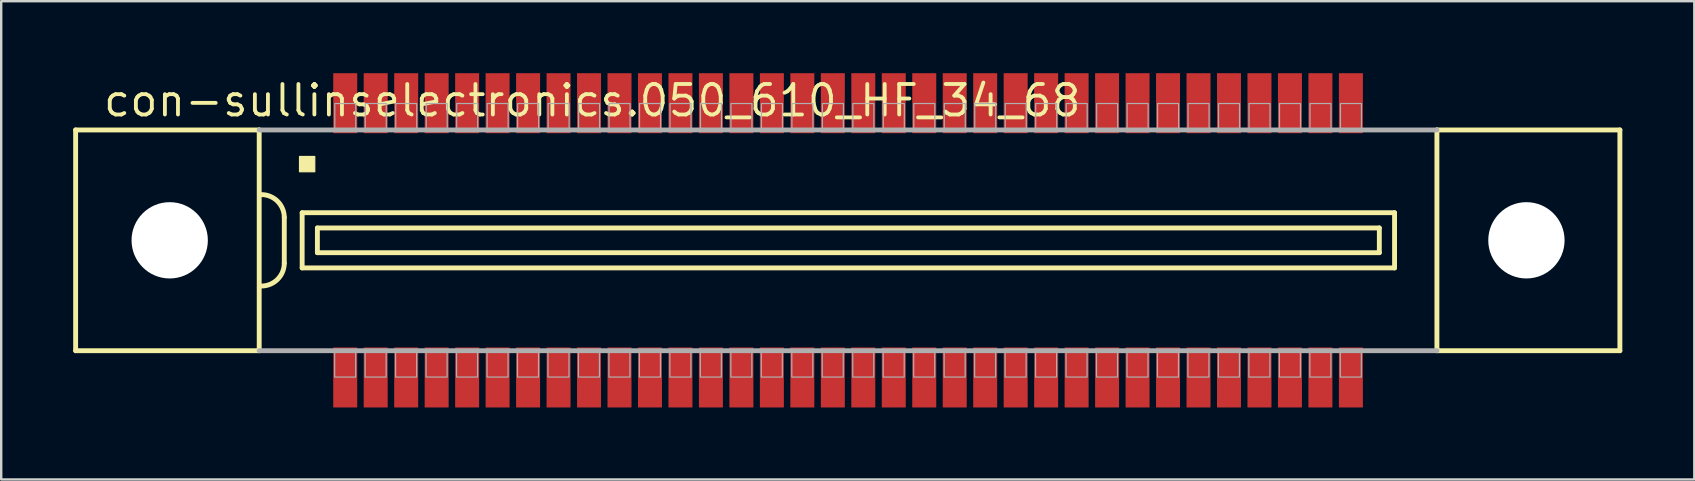
<source format=kicad_pcb>
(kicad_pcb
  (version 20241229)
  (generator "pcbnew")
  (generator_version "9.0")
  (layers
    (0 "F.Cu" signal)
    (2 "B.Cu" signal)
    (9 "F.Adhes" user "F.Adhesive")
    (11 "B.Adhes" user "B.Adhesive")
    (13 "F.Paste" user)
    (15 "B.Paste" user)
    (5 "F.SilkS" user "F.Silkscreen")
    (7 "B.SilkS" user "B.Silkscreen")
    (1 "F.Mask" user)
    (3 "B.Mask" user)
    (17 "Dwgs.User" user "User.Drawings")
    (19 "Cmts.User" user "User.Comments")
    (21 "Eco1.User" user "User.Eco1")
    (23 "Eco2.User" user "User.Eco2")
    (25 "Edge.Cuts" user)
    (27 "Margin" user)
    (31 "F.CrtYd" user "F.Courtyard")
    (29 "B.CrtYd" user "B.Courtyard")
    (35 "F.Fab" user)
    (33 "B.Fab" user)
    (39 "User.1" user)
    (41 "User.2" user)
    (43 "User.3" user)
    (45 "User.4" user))
  (footprint "con-sullinselectronics.050_610_HF_34_68"
    (layer "F.Cu")
    (at 32.292 6.965)
    (property "Reference" "con-sullinselectronics.050_610_HF_34_68" (at -31.115 -5.08 0) (layer "F.SilkS") (effects (font (size 1.27 1.27) (thickness 0.16)) (justify left bottom)))
    (attr smd)
    (fp_line (start -32.19 -4.6) (end -32.19 4.6) (stroke (width 0.203) (type default)) (layer "F.SilkS"))
    (fp_line (start -32.19 4.6) (end -24.54 4.6) (stroke (width 0.203) (type default)) (layer "F.SilkS"))
    (fp_line (start -24.54 -4.6) (end -32.19 -4.6) (stroke (width 0.203) (type default)) (layer "F.SilkS"))
    (fp_line (start -24.54 -4.6) (end -24.54 4.6) (stroke (width 0.203) (type default)) (layer "F.SilkS"))
    (fp_line (start -23.495 -0.953) (end -23.495 0.953) (stroke (width 0.203) (type default)) (layer "F.SilkS"))
    (fp_line (start -22.75 -1.15) (end -22.75 1.15) (stroke (width 0.203) (type default)) (layer "F.SilkS"))
    (fp_line (start -22.75 1.15) (end 22.775 1.15) (stroke (width 0.203) (type default)) (layer "F.SilkS"))
    (fp_line (start -22.115 -0.515) (end -22.115 0.515) (stroke (width 0.203) (type default)) (layer "F.SilkS"))
    (fp_line (start -22.115 0.515) (end 22.14 0.515) (stroke (width 0.203) (type default)) (layer "F.SilkS"))
    (fp_line (start 22.14 -0.515) (end -22.115 -0.515) (stroke (width 0.203) (type default)) (layer "F.SilkS"))
    (fp_line (start 22.14 0.515) (end 22.14 -0.515) (stroke (width 0.203) (type default)) (layer "F.SilkS"))
    (fp_line (start 22.775 -1.15) (end -22.75 -1.15) (stroke (width 0.203) (type default)) (layer "F.SilkS"))
    (fp_line (start 22.775 1.15) (end 22.775 -1.15) (stroke (width 0.203) (type default)) (layer "F.SilkS"))
    (fp_line (start 24.54 4.6) (end 24.54 -4.6) (stroke (width 0.203) (type default)) (layer "F.SilkS"))
    (fp_line (start 24.54 4.6) (end 32.165 4.6) (stroke (width 0.203) (type default)) (layer "F.SilkS"))
    (fp_line (start 32.165 -4.6) (end 24.54 -4.6) (stroke (width 0.203) (type default)) (layer "F.SilkS"))
    (fp_line (start 32.165 4.6) (end 32.165 -4.6) (stroke (width 0.203) (type default)) (layer "F.SilkS"))
    (fp_rect (start -22.86 -2.857) (end -22.225 -3.493) (stroke (width 0.05) (type default)) (fill yes) (layer "F.SilkS"))
    (fp_arc (start -24.4475 -1.905) (mid -23.773981 -1.626019) (end -23.495 -0.9525) (stroke (width 0.2032) (type default)) (layer "F.SilkS"))
    (fp_arc (start -23.495 0.9525) (mid -23.77401 1.62599) (end -24.4475 1.905) (stroke (width 0.2032) (type default)) (layer "F.SilkS"))
    (fp_line (start -24.54 4.6) (end 24.54 4.6) (stroke (width 0.203) (type default)) (layer "F.Fab"))
    (fp_line (start 24.54 -4.6) (end -24.54 -4.6) (stroke (width 0.203) (type default)) (layer "F.Fab"))
    (fp_rect (start -21.395 5.7) (end -20.52 4.65) (stroke (width 0.05) (type default)) (fill no) (layer "F.Fab"))
    (fp_rect (start -21.39 -4.65) (end -20.515 -5.7) (stroke (width 0.05) (type default)) (fill no) (layer "F.Fab"))
    (fp_rect (start -20.125 5.7) (end -19.25 4.65) (stroke (width 0.05) (type default)) (fill no) (layer "F.Fab"))
    (fp_rect (start -20.12 -4.65) (end -19.245 -5.7) (stroke (width 0.05) (type default)) (fill no) (layer "F.Fab"))
    (fp_rect (start -18.855 5.7) (end -17.98 4.65) (stroke (width 0.05) (type default)) (fill no) (layer "F.Fab"))
    (fp_rect (start -18.85 -4.65) (end -17.975 -5.7) (stroke (width 0.05) (type default)) (fill no) (layer "F.Fab"))
    (fp_rect (start -17.585 5.7) (end -16.71 4.65) (stroke (width 0.05) (type default)) (fill no) (layer "F.Fab"))
    (fp_rect (start -17.58 -4.65) (end -16.705 -5.7) (stroke (width 0.05) (type default)) (fill no) (layer "F.Fab"))
    (fp_rect (start -16.315 5.7) (end -15.44 4.65) (stroke (width 0.05) (type default)) (fill no) (layer "F.Fab"))
    (fp_rect (start -16.31 -4.65) (end -15.435 -5.7) (stroke (width 0.05) (type default)) (fill no) (layer "F.Fab"))
    (fp_rect (start -15.045 5.7) (end -14.17 4.65) (stroke (width 0.05) (type default)) (fill no) (layer "F.Fab"))
    (fp_rect (start -15.04 -4.65) (end -14.165 -5.7) (stroke (width 0.05) (type default)) (fill no) (layer "F.Fab"))
    (fp_rect (start -13.775 5.7) (end -12.9 4.65) (stroke (width 0.05) (type default)) (fill no) (layer "F.Fab"))
    (fp_rect (start -13.77 -4.65) (end -12.895 -5.7) (stroke (width 0.05) (type default)) (fill no) (layer "F.Fab"))
    (fp_rect (start -12.505 5.7) (end -11.63 4.65) (stroke (width 0.05) (type default)) (fill no) (layer "F.Fab"))
    (fp_rect (start -12.5 -4.65) (end -11.625 -5.7) (stroke (width 0.05) (type default)) (fill no) (layer "F.Fab"))
    (fp_rect (start -11.235 5.7) (end -10.36 4.65) (stroke (width 0.05) (type default)) (fill no) (layer "F.Fab"))
    (fp_rect (start -11.23 -4.65) (end -10.355 -5.7) (stroke (width 0.05) (type default)) (fill no) (layer "F.Fab"))
    (fp_rect (start -9.965 5.7) (end -9.09 4.65) (stroke (width 0.05) (type default)) (fill no) (layer "F.Fab"))
    (fp_rect (start -9.96 -4.65) (end -9.085 -5.7) (stroke (width 0.05) (type default)) (fill no) (layer "F.Fab"))
    (fp_rect (start -8.695 5.7) (end -7.82 4.65) (stroke (width 0.05) (type default)) (fill no) (layer "F.Fab"))
    (fp_rect (start -8.69 -4.65) (end -7.815 -5.7) (stroke (width 0.05) (type default)) (fill no) (layer "F.Fab"))
    (fp_rect (start -7.425 5.7) (end -6.55 4.65) (stroke (width 0.05) (type default)) (fill no) (layer "F.Fab"))
    (fp_rect (start -7.42 -4.65) (end -6.545 -5.7) (stroke (width 0.05) (type default)) (fill no) (layer "F.Fab"))
    (fp_rect (start -6.155 5.7) (end -5.28 4.65) (stroke (width 0.05) (type default)) (fill no) (layer "F.Fab"))
    (fp_rect (start -6.15 -4.65) (end -5.275 -5.7) (stroke (width 0.05) (type default)) (fill no) (layer "F.Fab"))
    (fp_rect (start -4.885 5.7) (end -4.01 4.65) (stroke (width 0.05) (type default)) (fill no) (layer "F.Fab"))
    (fp_rect (start -4.88 -4.65) (end -4.005 -5.7) (stroke (width 0.05) (type default)) (fill no) (layer "F.Fab"))
    (fp_rect (start -3.615 5.7) (end -2.74 4.65) (stroke (width 0.05) (type default)) (fill no) (layer "F.Fab"))
    (fp_rect (start -3.61 -4.65) (end -2.735 -5.7) (stroke (width 0.05) (type default)) (fill no) (layer "F.Fab"))
    (fp_rect (start -2.345 5.7) (end -1.47 4.65) (stroke (width 0.05) (type default)) (fill no) (layer "F.Fab"))
    (fp_rect (start -2.34 -4.65) (end -1.465 -5.7) (stroke (width 0.05) (type default)) (fill no) (layer "F.Fab"))
    (fp_rect (start -1.075 5.7) (end -0.2 4.65) (stroke (width 0.05) (type default)) (fill no) (layer "F.Fab"))
    (fp_rect (start -1.07 -4.65) (end -0.195 -5.7) (stroke (width 0.05) (type default)) (fill no) (layer "F.Fab"))
    (fp_rect (start 0.195 5.7) (end 1.07 4.65) (stroke (width 0.05) (type default)) (fill no) (layer "F.Fab"))
    (fp_rect (start 0.2 -4.65) (end 1.075 -5.7) (stroke (width 0.05) (type default)) (fill no) (layer "F.Fab"))
    (fp_rect (start 1.465 5.7) (end 2.34 4.65) (stroke (width 0.05) (type default)) (fill no) (layer "F.Fab"))
    (fp_rect (start 1.47 -4.65) (end 2.345 -5.7) (stroke (width 0.05) (type default)) (fill no) (layer "F.Fab"))
    (fp_rect (start 2.735 5.7) (end 3.61 4.65) (stroke (width 0.05) (type default)) (fill no) (layer "F.Fab"))
    (fp_rect (start 2.74 -4.65) (end 3.615 -5.7) (stroke (width 0.05) (type default)) (fill no) (layer "F.Fab"))
    (fp_rect (start 4.005 5.7) (end 4.88 4.65) (stroke (width 0.05) (type default)) (fill no) (layer "F.Fab"))
    (fp_rect (start 4.01 -4.65) (end 4.885 -5.7) (stroke (width 0.05) (type default)) (fill no) (layer "F.Fab"))
    (fp_rect (start 5.275 5.7) (end 6.15 4.65) (stroke (width 0.05) (type default)) (fill no) (layer "F.Fab"))
    (fp_rect (start 5.28 -4.65) (end 6.155 -5.7) (stroke (width 0.05) (type default)) (fill no) (layer "F.Fab"))
    (fp_rect (start 6.545 5.7) (end 7.42 4.65) (stroke (width 0.05) (type default)) (fill no) (layer "F.Fab"))
    (fp_rect (start 6.55 -4.65) (end 7.425 -5.7) (stroke (width 0.05) (type default)) (fill no) (layer "F.Fab"))
    (fp_rect (start 7.815 5.7) (end 8.69 4.65) (stroke (width 0.05) (type default)) (fill no) (layer "F.Fab"))
    (fp_rect (start 7.82 -4.65) (end 8.695 -5.7) (stroke (width 0.05) (type default)) (fill no) (layer "F.Fab"))
    (fp_rect (start 9.085 5.7) (end 9.96 4.65) (stroke (width 0.05) (type default)) (fill no) (layer "F.Fab"))
    (fp_rect (start 9.09 -4.65) (end 9.965 -5.7) (stroke (width 0.05) (type default)) (fill no) (layer "F.Fab"))
    (fp_rect (start 10.355 5.7) (end 11.23 4.65) (stroke (width 0.05) (type default)) (fill no) (layer "F.Fab"))
    (fp_rect (start 10.36 -4.65) (end 11.235 -5.7) (stroke (width 0.05) (type default)) (fill no) (layer "F.Fab"))
    (fp_rect (start 11.625 5.7) (end 12.5 4.65) (stroke (width 0.05) (type default)) (fill no) (layer "F.Fab"))
    (fp_rect (start 11.63 -4.65) (end 12.505 -5.7) (stroke (width 0.05) (type default)) (fill no) (layer "F.Fab"))
    (fp_rect (start 12.895 5.7) (end 13.77 4.65) (stroke (width 0.05) (type default)) (fill no) (layer "F.Fab"))
    (fp_rect (start 12.9 -4.65) (end 13.775 -5.7) (stroke (width 0.05) (type default)) (fill no) (layer "F.Fab"))
    (fp_rect (start 14.165 5.7) (end 15.04 4.65) (stroke (width 0.05) (type default)) (fill no) (layer "F.Fab"))
    (fp_rect (start 14.17 -4.65) (end 15.045 -5.7) (stroke (width 0.05) (type default)) (fill no) (layer "F.Fab"))
    (fp_rect (start 15.435 5.7) (end 16.31 4.65) (stroke (width 0.05) (type default)) (fill no) (layer "F.Fab"))
    (fp_rect (start 15.44 -4.65) (end 16.315 -5.7) (stroke (width 0.05) (type default)) (fill no) (layer "F.Fab"))
    (fp_rect (start 16.705 5.7) (end 17.58 4.65) (stroke (width 0.05) (type default)) (fill no) (layer "F.Fab"))
    (fp_rect (start 16.71 -4.65) (end 17.585 -5.7) (stroke (width 0.05) (type default)) (fill no) (layer "F.Fab"))
    (fp_rect (start 17.975 5.7) (end 18.85 4.65) (stroke (width 0.05) (type default)) (fill no) (layer "F.Fab"))
    (fp_rect (start 17.98 -4.65) (end 18.855 -5.7) (stroke (width 0.05) (type default)) (fill no) (layer "F.Fab"))
    (fp_rect (start 19.245 5.7) (end 20.12 4.65) (stroke (width 0.05) (type default)) (fill no) (layer "F.Fab"))
    (fp_rect (start 19.25 -4.65) (end 20.125 -5.7) (stroke (width 0.05) (type default)) (fill no) (layer "F.Fab"))
    (fp_rect (start 20.515 5.7) (end 21.39 4.65) (stroke (width 0.05) (type default)) (fill no) (layer "F.Fab"))
    (fp_rect (start 20.52 -4.65) (end 21.395 -5.7) (stroke (width 0.05) (type default)) (fill no) (layer "F.Fab"))
    (pad "" np_thru_hole circle (at -28.27 0) (size 3.18 3.18) (drill 3.18) (layers "*.Cu" "*.Mask"))
    (pad "" np_thru_hole circle (at 28.27 0) (size 3.18 3.18) (drill 3.18) (layers "*.Cu" "*.Mask"))
    (pad "1" smd roundrect (at -20.955 -5.715) (size 1 2.5) (layers "F.Cu" "F.Mask" "F.Paste") (roundrect_rratio 0.01))
    (pad "2" smd roundrect (at -19.685 -5.715) (size 1 2.5) (layers "F.Cu" "F.Mask" "F.Paste") (roundrect_rratio 0.01))
    (pad "3" smd roundrect (at -18.415 -5.715) (size 1 2.5) (layers "F.Cu" "F.Mask" "F.Paste") (roundrect_rratio 0.01))
    (pad "4" smd roundrect (at -17.145 -5.715) (size 1 2.5) (layers "F.Cu" "F.Mask" "F.Paste") (roundrect_rratio 0.01))
    (pad "5" smd roundrect (at -15.875 -5.715) (size 1 2.5) (layers "F.Cu" "F.Mask" "F.Paste") (roundrect_rratio 0.01))
    (pad "6" smd roundrect (at -14.605 -5.715) (size 1 2.5) (layers "F.Cu" "F.Mask" "F.Paste") (roundrect_rratio 0.01))
    (pad "7" smd roundrect (at -13.335 -5.715) (size 1 2.5) (layers "F.Cu" "F.Mask" "F.Paste") (roundrect_rratio 0.01))
    (pad "8" smd roundrect (at -12.065 -5.715) (size 1 2.5) (layers "F.Cu" "F.Mask" "F.Paste") (roundrect_rratio 0.01))
    (pad "9" smd roundrect (at -10.795 -5.715) (size 1 2.5) (layers "F.Cu" "F.Mask" "F.Paste") (roundrect_rratio 0.01))
    (pad "10" smd roundrect (at -9.525 -5.715) (size 1 2.5) (layers "F.Cu" "F.Mask" "F.Paste") (roundrect_rratio 0.01))
    (pad "11" smd roundrect (at -8.255 -5.715 180) (size 1 2.5) (layers "F.Cu" "F.Mask" "F.Paste") (roundrect_rratio 0.01))
    (pad "12" smd roundrect (at -6.985 -5.715 180) (size 1 2.5) (layers "F.Cu" "F.Mask" "F.Paste") (roundrect_rratio 0.01))
    (pad "13" smd roundrect (at -5.715 -5.715 180) (size 1 2.5) (layers "F.Cu" "F.Mask" "F.Paste") (roundrect_rratio 0.01))
    (pad "14" smd roundrect (at -4.445 -5.715 180) (size 1 2.5) (layers "F.Cu" "F.Mask" "F.Paste") (roundrect_rratio 0.01))
    (pad "15" smd roundrect (at -3.175 -5.715 180) (size 1 2.5) (layers "F.Cu" "F.Mask" "F.Paste") (roundrect_rratio 0.01))
    (pad "16" smd roundrect (at -1.905 -5.715 180) (size 1 2.5) (layers "F.Cu" "F.Mask" "F.Paste") (roundrect_rratio 0.01))
    (pad "17" smd roundrect (at -0.635 -5.715 180) (size 1 2.5) (layers "F.Cu" "F.Mask" "F.Paste") (roundrect_rratio 0.01))
    (pad "18" smd roundrect (at 0.635 -5.715 180) (size 1 2.5) (layers "F.Cu" "F.Mask" "F.Paste") (roundrect_rratio 0.01))
    (pad "19" smd roundrect (at 1.905 -5.715 180) (size 1 2.5) (layers "F.Cu" "F.Mask" "F.Paste") (roundrect_rratio 0.01))
    (pad "20" smd roundrect (at 3.175 -5.715 180) (size 1 2.5) (layers "F.Cu" "F.Mask" "F.Paste") (roundrect_rratio 0.01))
    (pad "21" smd roundrect (at 4.445 -5.715 180) (size 1 2.5) (layers "F.Cu" "F.Mask" "F.Paste") (roundrect_rratio 0.01))
    (pad "22" smd roundrect (at 5.715 -5.715 180) (size 1 2.5) (layers "F.Cu" "F.Mask" "F.Paste") (roundrect_rratio 0.01))
    (pad "23" smd roundrect (at 6.985 -5.715 180) (size 1 2.5) (layers "F.Cu" "F.Mask" "F.Paste") (roundrect_rratio 0.01))
    (pad "24" smd roundrect (at 8.255 -5.715 180) (size 1 2.5) (layers "F.Cu" "F.Mask" "F.Paste") (roundrect_rratio 0.01))
    (pad "25" smd roundrect (at 9.525 -5.715 180) (size 1 2.5) (layers "F.Cu" "F.Mask" "F.Paste") (roundrect_rratio 0.01))
    (pad "26" smd roundrect (at 10.795 -5.715 180) (size 1 2.5) (layers "F.Cu" "F.Mask" "F.Paste") (roundrect_rratio 0.01))
    (pad "27" smd roundrect (at 12.065 -5.715 180) (size 1 2.5) (layers "F.Cu" "F.Mask" "F.Paste") (roundrect_rratio 0.01))
    (pad "28" smd roundrect (at 13.335 -5.715 180) (size 1 2.5) (layers "F.Cu" "F.Mask" "F.Paste") (roundrect_rratio 0.01))
    (pad "29" smd roundrect (at 14.605 -5.715 180) (size 1 2.5) (layers "F.Cu" "F.Mask" "F.Paste") (roundrect_rratio 0.01))
    (pad "30" smd roundrect (at 15.875 -5.715 180) (size 1 2.5) (layers "F.Cu" "F.Mask" "F.Paste") (roundrect_rratio 0.01))
    (pad "31" smd roundrect (at 17.145 -5.715 180) (size 1 2.5) (layers "F.Cu" "F.Mask" "F.Paste") (roundrect_rratio 0.01))
    (pad "32" smd roundrect (at 18.415 -5.715 180) (size 1 2.5) (layers "F.Cu" "F.Mask" "F.Paste") (roundrect_rratio 0.01))
    (pad "33" smd roundrect (at 19.685 -5.715 180) (size 1 2.5) (layers "F.Cu" "F.Mask" "F.Paste") (roundrect_rratio 0.01))
    (pad "34" smd roundrect (at 20.955 -5.715 180) (size 1 2.5) (layers "F.Cu" "F.Mask" "F.Paste") (roundrect_rratio 0.01))
    (pad "35" smd roundrect (at -20.955 5.715) (size 1 2.5) (layers "F.Cu" "F.Mask" "F.Paste") (roundrect_rratio 0.01))
    (pad "36" smd roundrect (at -19.685 5.715) (size 1 2.5) (layers "F.Cu" "F.Mask" "F.Paste") (roundrect_rratio 0.01))
    (pad "37" smd roundrect (at -18.415 5.715) (size 1 2.5) (layers "F.Cu" "F.Mask" "F.Paste") (roundrect_rratio 0.01))
    (pad "38" smd roundrect (at -17.145 5.715) (size 1 2.5) (layers "F.Cu" "F.Mask" "F.Paste") (roundrect_rratio 0.01))
    (pad "39" smd roundrect (at -15.875 5.715) (size 1 2.5) (layers "F.Cu" "F.Mask" "F.Paste") (roundrect_rratio 0.01))
    (pad "40" smd roundrect (at -14.605 5.715) (size 1 2.5) (layers "F.Cu" "F.Mask" "F.Paste") (roundrect_rratio 0.01))
    (pad "41" smd roundrect (at -13.335 5.715) (size 1 2.5) (layers "F.Cu" "F.Mask" "F.Paste") (roundrect_rratio 0.01))
    (pad "42" smd roundrect (at -12.065 5.715) (size 1 2.5) (layers "F.Cu" "F.Mask" "F.Paste") (roundrect_rratio 0.01))
    (pad "43" smd roundrect (at -10.795 5.715) (size 1 2.5) (layers "F.Cu" "F.Mask" "F.Paste") (roundrect_rratio 0.01))
    (pad "44" smd roundrect (at -9.525 5.715) (size 1 2.5) (layers "F.Cu" "F.Mask" "F.Paste") (roundrect_rratio 0.01))
    (pad "45" smd roundrect (at -8.255 5.715) (size 1 2.5) (layers "F.Cu" "F.Mask" "F.Paste") (roundrect_rratio 0.01))
    (pad "46" smd roundrect (at -6.985 5.715) (size 1 2.5) (layers "F.Cu" "F.Mask" "F.Paste") (roundrect_rratio 0.01))
    (pad "47" smd roundrect (at -5.715 5.715) (size 1 2.5) (layers "F.Cu" "F.Mask" "F.Paste") (roundrect_rratio 0.01))
    (pad "48" smd roundrect (at -4.445 5.715) (size 1 2.5) (layers "F.Cu" "F.Mask" "F.Paste") (roundrect_rratio 0.01))
    (pad "49" smd roundrect (at -3.175 5.715) (size 1 2.5) (layers "F.Cu" "F.Mask" "F.Paste") (roundrect_rratio 0.01))
    (pad "50" smd roundrect (at -1.905 5.715) (size 1 2.5) (layers "F.Cu" "F.Mask" "F.Paste") (roundrect_rratio 0.01))
    (pad "51" smd roundrect (at -0.635 5.715) (size 1 2.5) (layers "F.Cu" "F.Mask" "F.Paste") (roundrect_rratio 0.01))
    (pad "52" smd roundrect (at 0.635 5.715) (size 1 2.5) (layers "F.Cu" "F.Mask" "F.Paste") (roundrect_rratio 0.01))
    (pad "53" smd roundrect (at 1.905 5.715) (size 1 2.5) (layers "F.Cu" "F.Mask" "F.Paste") (roundrect_rratio 0.01))
    (pad "54" smd roundrect (at 3.175 5.715) (size 1 2.5) (layers "F.Cu" "F.Mask" "F.Paste") (roundrect_rratio 0.01))
    (pad "55" smd roundrect (at 4.445 5.715) (size 1 2.5) (layers "F.Cu" "F.Mask" "F.Paste") (roundrect_rratio 0.01))
    (pad "56" smd roundrect (at 5.715 5.715) (size 1 2.5) (layers "F.Cu" "F.Mask" "F.Paste") (roundrect_rratio 0.01))
    (pad "57" smd roundrect (at 6.985 5.715) (size 1 2.5) (layers "F.Cu" "F.Mask" "F.Paste") (roundrect_rratio 0.01))
    (pad "58" smd roundrect (at 8.255 5.715) (size 1 2.5) (layers "F.Cu" "F.Mask" "F.Paste") (roundrect_rratio 0.01))
    (pad "59" smd roundrect (at 9.525 5.715) (size 1 2.5) (layers "F.Cu" "F.Mask" "F.Paste") (roundrect_rratio 0.01))
    (pad "60" smd roundrect (at 10.795 5.715) (size 1 2.5) (layers "F.Cu" "F.Mask" "F.Paste") (roundrect_rratio 0.01))
    (pad "61" smd roundrect (at 12.065 5.715) (size 1 2.5) (layers "F.Cu" "F.Mask" "F.Paste") (roundrect_rratio 0.01))
    (pad "62" smd roundrect (at 13.335 5.715) (size 1 2.5) (layers "F.Cu" "F.Mask" "F.Paste") (roundrect_rratio 0.01))
    (pad "63" smd roundrect (at 14.605 5.715) (size 1 2.5) (layers "F.Cu" "F.Mask" "F.Paste") (roundrect_rratio 0.01))
    (pad "64" smd roundrect (at 15.875 5.715) (size 1 2.5) (layers "F.Cu" "F.Mask" "F.Paste") (roundrect_rratio 0.01))
    (pad "65" smd roundrect (at 17.145 5.715) (size 1 2.5) (layers "F.Cu" "F.Mask" "F.Paste") (roundrect_rratio 0.01))
    (pad "66" smd roundrect (at 18.415 5.715) (size 1 2.5) (layers "F.Cu" "F.Mask" "F.Paste") (roundrect_rratio 0.01))
    (pad "67" smd roundrect (at 19.685 5.715) (size 1 2.5) (layers "F.Cu" "F.Mask" "F.Paste") (roundrect_rratio 0.01))
    (pad "68" smd roundrect (at 20.955 5.715) (size 1 2.5) (layers "F.Cu" "F.Mask" "F.Paste") (roundrect_rratio 0.01)))
  (gr_rect
    (start -3 -3)
    (end 67.558 16.93)
    (stroke (width 0.1) (type default))
    (fill no)
    (layer "Edge.Cuts")))
</source>
